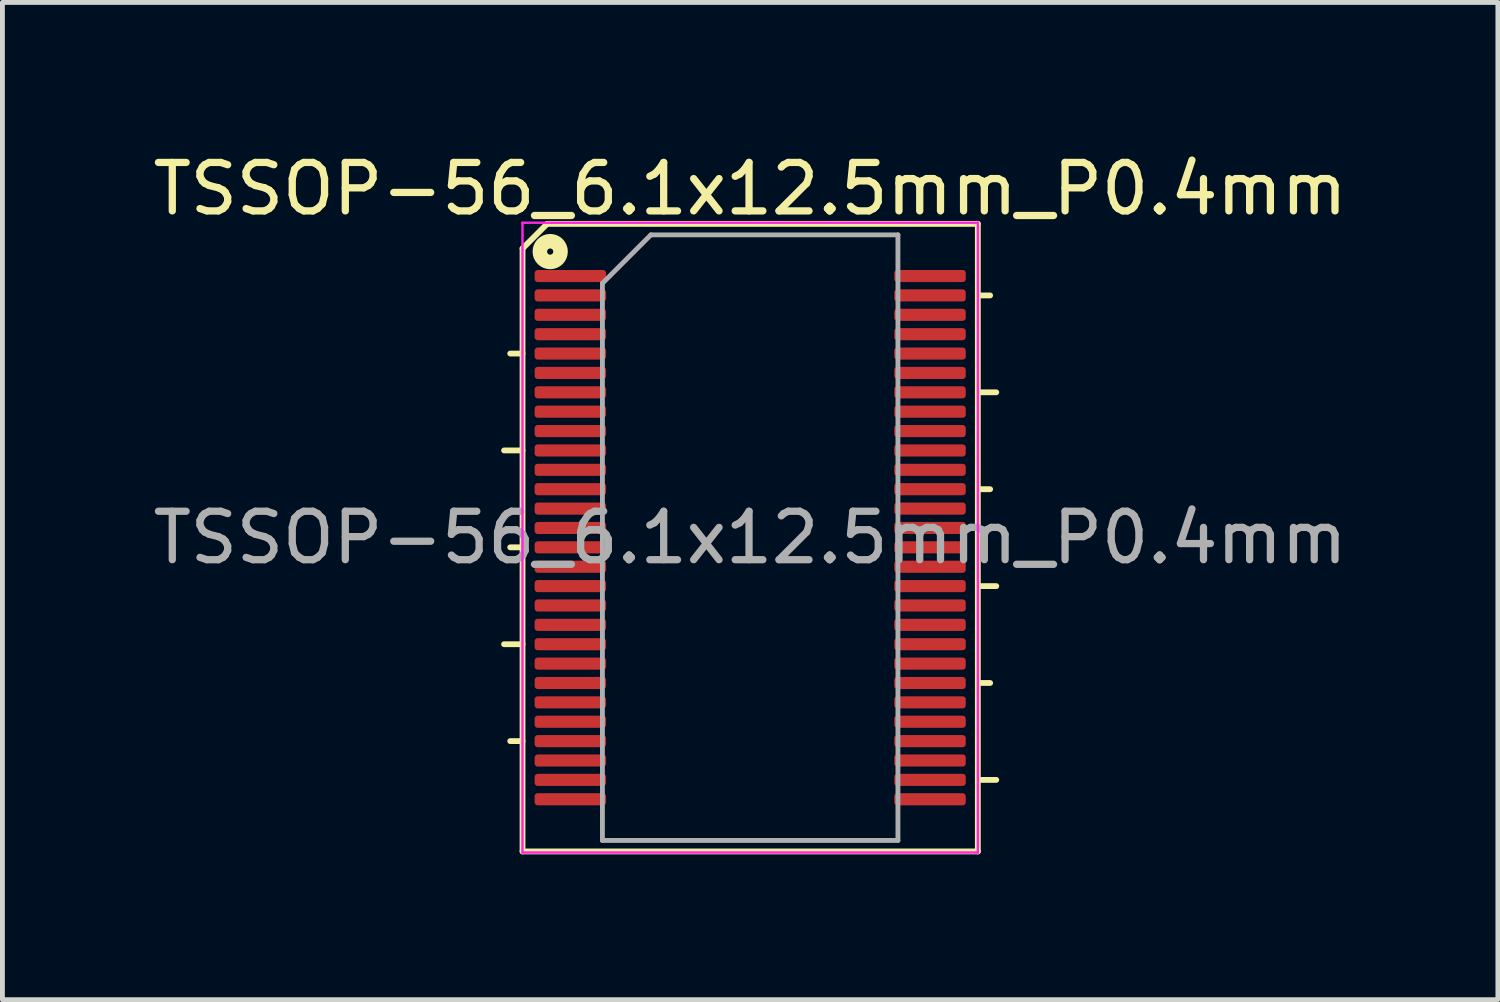
<source format=kicad_pcb>
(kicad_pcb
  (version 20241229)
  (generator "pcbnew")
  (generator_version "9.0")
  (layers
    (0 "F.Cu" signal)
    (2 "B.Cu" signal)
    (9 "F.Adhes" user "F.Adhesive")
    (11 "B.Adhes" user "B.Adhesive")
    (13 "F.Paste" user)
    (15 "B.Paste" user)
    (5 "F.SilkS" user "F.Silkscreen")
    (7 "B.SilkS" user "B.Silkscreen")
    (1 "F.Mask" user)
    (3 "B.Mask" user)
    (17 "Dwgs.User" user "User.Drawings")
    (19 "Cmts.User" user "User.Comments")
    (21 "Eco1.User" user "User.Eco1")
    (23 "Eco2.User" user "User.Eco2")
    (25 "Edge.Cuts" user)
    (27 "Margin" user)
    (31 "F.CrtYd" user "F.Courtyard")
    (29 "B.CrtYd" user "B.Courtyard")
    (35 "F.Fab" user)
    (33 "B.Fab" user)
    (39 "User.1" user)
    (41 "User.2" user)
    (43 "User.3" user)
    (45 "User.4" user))
  (footprint "TSSOP-56_6.1x12.5mm_P0.4mm"
    (layer "F.Cu")
    (at 12.435 8.048)
    (property "Reference" "TSSOP-56_6.1x12.5mm_P0.4mm" (at 0 -7.2 0) (layer "F.SilkS") (effects (font (size 1 1) (thickness 0.15))))
    (attr smd)
    (fp_line (start -4.699 -5.969) (end -4.699 6.477) (stroke (width 0.12) (type solid)) (layer "F.SilkS"))
    (fp_line (start -4.699 -5.969) (end -4.191 -6.477) (stroke (width 0.12) (type solid)) (layer "F.SilkS"))
    (fp_line (start -4.699 -3.8) (end -4.953 -3.8) (stroke (width 0.12) (type solid)) (layer "F.SilkS"))
    (fp_line (start -4.699 -1.8) (end -5.08 -1.8) (stroke (width 0.12) (type solid)) (layer "F.SilkS"))
    (fp_line (start -4.699 0.2) (end -4.953 0.2) (stroke (width 0.12) (type solid)) (layer "F.SilkS"))
    (fp_line (start -4.699 2.2) (end -5.08 2.2) (stroke (width 0.12) (type solid)) (layer "F.SilkS"))
    (fp_line (start -4.699 4.2) (end -4.953 4.2) (stroke (width 0.12) (type solid)) (layer "F.SilkS"))
    (fp_line (start -4.699 6.477) (end 4.699 6.477) (stroke (width 0.12) (type solid)) (layer "F.SilkS"))
    (fp_line (start 4.699 -6.477) (end -4.191 -6.477) (stroke (width 0.12) (type solid)) (layer "F.SilkS"))
    (fp_line (start 4.699 -5) (end 4.953 -5) (stroke (width 0.12) (type solid)) (layer "F.SilkS"))
    (fp_line (start 4.699 -3) (end 5.08 -3) (stroke (width 0.12) (type solid)) (layer "F.SilkS"))
    (fp_line (start 4.699 -1) (end 4.953 -1) (stroke (width 0.12) (type solid)) (layer "F.SilkS"))
    (fp_line (start 4.699 1) (end 5.08 1) (stroke (width 0.12) (type solid)) (layer "F.SilkS"))
    (fp_line (start 4.699 3) (end 4.953 3) (stroke (width 0.12) (type solid)) (layer "F.SilkS"))
    (fp_line (start 4.699 5) (end 5.08 5) (stroke (width 0.12) (type solid)) (layer "F.SilkS"))
    (fp_line (start 4.699 6.477) (end 4.699 -6.477) (stroke (width 0.12) (type solid)) (layer "F.SilkS"))
    (fp_circle (center -4.128 -5.905) (end -4.064 -5.905) (stroke (width 0.3) (type solid)) (fill no) (layer "F.SilkS"))
    (fp_line (start -4.7 -6.5) (end -4.7 6.5) (stroke (width 0.05) (type solid)) (layer "F.CrtYd"))
    (fp_line (start -4.7 6.5) (end 4.7 6.5) (stroke (width 0.05) (type solid)) (layer "F.CrtYd"))
    (fp_line (start 4.7 -6.5) (end -4.7 -6.5) (stroke (width 0.05) (type solid)) (layer "F.CrtYd"))
    (fp_line (start 4.7 6.5) (end 4.7 -6.5) (stroke (width 0.05) (type solid)) (layer "F.CrtYd"))
    (fp_line (start -3.05 -5.25) (end -2.05 -6.25) (stroke (width 0.1) (type solid)) (layer "F.Fab"))
    (fp_line (start -3.05 6.25) (end -3.05 -5.25) (stroke (width 0.1) (type solid)) (layer "F.Fab"))
    (fp_line (start -2.05 -6.25) (end 3.05 -6.25) (stroke (width 0.1) (type solid)) (layer "F.Fab"))
    (fp_line (start 3.05 -6.25) (end 3.05 6.25) (stroke (width 0.1) (type solid)) (layer "F.Fab"))
    (fp_line (start 3.05 6.25) (end -3.05 6.25) (stroke (width 0.1) (type solid)) (layer "F.Fab"))
    (fp_text user "${REFERENCE}" (at 0 0 0) (layer "F.Fab") (effects (font (size 1 1) (thickness 0.15))))
    (pad "1" smd roundrect (at -3.712 -5.4) (size 1.475 0.25) (layers "F.Cu" "F.Mask" "F.Paste") (roundrect_rratio 0.25))
    (pad "2" smd roundrect (at -3.712 -5) (size 1.475 0.25) (layers "F.Cu" "F.Mask" "F.Paste") (roundrect_rratio 0.25))
    (pad "3" smd roundrect (at -3.712 -4.6) (size 1.475 0.25) (layers "F.Cu" "F.Mask" "F.Paste") (roundrect_rratio 0.25))
    (pad "4" smd roundrect (at -3.712 -4.2) (size 1.475 0.25) (layers "F.Cu" "F.Mask" "F.Paste") (roundrect_rratio 0.25))
    (pad "5" smd roundrect (at -3.712 -3.8) (size 1.475 0.25) (layers "F.Cu" "F.Mask" "F.Paste") (roundrect_rratio 0.25))
    (pad "6" smd roundrect (at -3.712 -3.4) (size 1.475 0.25) (layers "F.Cu" "F.Mask" "F.Paste") (roundrect_rratio 0.25))
    (pad "7" smd roundrect (at -3.712 -3) (size 1.475 0.25) (layers "F.Cu" "F.Mask" "F.Paste") (roundrect_rratio 0.25))
    (pad "8" smd roundrect (at -3.712 -2.6) (size 1.475 0.25) (layers "F.Cu" "F.Mask" "F.Paste") (roundrect_rratio 0.25))
    (pad "9" smd roundrect (at -3.712 -2.2) (size 1.475 0.25) (layers "F.Cu" "F.Mask" "F.Paste") (roundrect_rratio 0.25))
    (pad "10" smd roundrect (at -3.712 -1.8) (size 1.475 0.25) (layers "F.Cu" "F.Mask" "F.Paste") (roundrect_rratio 0.25))
    (pad "11" smd roundrect (at -3.712 -1.4) (size 1.475 0.25) (layers "F.Cu" "F.Mask" "F.Paste") (roundrect_rratio 0.25))
    (pad "12" smd roundrect (at -3.712 -1) (size 1.475 0.25) (layers "F.Cu" "F.Mask" "F.Paste") (roundrect_rratio 0.25))
    (pad "13" smd roundrect (at -3.712 -0.6) (size 1.475 0.25) (layers "F.Cu" "F.Mask" "F.Paste") (roundrect_rratio 0.25))
    (pad "14" smd roundrect (at -3.712 -0.2) (size 1.475 0.25) (layers "F.Cu" "F.Mask" "F.Paste") (roundrect_rratio 0.25))
    (pad "15" smd roundrect (at -3.712 0.2) (size 1.475 0.25) (layers "F.Cu" "F.Mask" "F.Paste") (roundrect_rratio 0.25))
    (pad "16" smd roundrect (at -3.712 0.6) (size 1.475 0.25) (layers "F.Cu" "F.Mask" "F.Paste") (roundrect_rratio 0.25))
    (pad "17" smd roundrect (at -3.712 1) (size 1.475 0.25) (layers "F.Cu" "F.Mask" "F.Paste") (roundrect_rratio 0.25))
    (pad "18" smd roundrect (at -3.712 1.4) (size 1.475 0.25) (layers "F.Cu" "F.Mask" "F.Paste") (roundrect_rratio 0.25))
    (pad "19" smd roundrect (at -3.712 1.8) (size 1.475 0.25) (layers "F.Cu" "F.Mask" "F.Paste") (roundrect_rratio 0.25))
    (pad "20" smd roundrect (at -3.712 2.2) (size 1.475 0.25) (layers "F.Cu" "F.Mask" "F.Paste") (roundrect_rratio 0.25))
    (pad "21" smd roundrect (at -3.712 2.6) (size 1.475 0.25) (layers "F.Cu" "F.Mask" "F.Paste") (roundrect_rratio 0.25))
    (pad "22" smd roundrect (at -3.712 3) (size 1.475 0.25) (layers "F.Cu" "F.Mask" "F.Paste") (roundrect_rratio 0.25))
    (pad "23" smd roundrect (at -3.712 3.4) (size 1.475 0.25) (layers "F.Cu" "F.Mask" "F.Paste") (roundrect_rratio 0.25))
    (pad "24" smd roundrect (at -3.712 3.8) (size 1.475 0.25) (layers "F.Cu" "F.Mask" "F.Paste") (roundrect_rratio 0.25))
    (pad "25" smd roundrect (at -3.712 4.2) (size 1.475 0.25) (layers "F.Cu" "F.Mask" "F.Paste") (roundrect_rratio 0.25))
    (pad "26" smd roundrect (at -3.712 4.6) (size 1.475 0.25) (layers "F.Cu" "F.Mask" "F.Paste") (roundrect_rratio 0.25))
    (pad "27" smd roundrect (at -3.712 5) (size 1.475 0.25) (layers "F.Cu" "F.Mask" "F.Paste") (roundrect_rratio 0.25))
    (pad "28" smd roundrect (at -3.712 5.4) (size 1.475 0.25) (layers "F.Cu" "F.Mask" "F.Paste") (roundrect_rratio 0.25))
    (pad "29" smd roundrect (at 3.712 5.4) (size 1.475 0.25) (layers "F.Cu" "F.Mask" "F.Paste") (roundrect_rratio 0.25))
    (pad "30" smd roundrect (at 3.712 5) (size 1.475 0.25) (layers "F.Cu" "F.Mask" "F.Paste") (roundrect_rratio 0.25))
    (pad "31" smd roundrect (at 3.712 4.6) (size 1.475 0.25) (layers "F.Cu" "F.Mask" "F.Paste") (roundrect_rratio 0.25))
    (pad "32" smd roundrect (at 3.712 4.2) (size 1.475 0.25) (layers "F.Cu" "F.Mask" "F.Paste") (roundrect_rratio 0.25))
    (pad "33" smd roundrect (at 3.712 3.8) (size 1.475 0.25) (layers "F.Cu" "F.Mask" "F.Paste") (roundrect_rratio 0.25))
    (pad "34" smd roundrect (at 3.712 3.4) (size 1.475 0.25) (layers "F.Cu" "F.Mask" "F.Paste") (roundrect_rratio 0.25))
    (pad "35" smd roundrect (at 3.712 3) (size 1.475 0.25) (layers "F.Cu" "F.Mask" "F.Paste") (roundrect_rratio 0.25))
    (pad "36" smd roundrect (at 3.712 2.6) (size 1.475 0.25) (layers "F.Cu" "F.Mask" "F.Paste") (roundrect_rratio 0.25))
    (pad "37" smd roundrect (at 3.712 2.2) (size 1.475 0.25) (layers "F.Cu" "F.Mask" "F.Paste") (roundrect_rratio 0.25))
    (pad "38" smd roundrect (at 3.712 1.8) (size 1.475 0.25) (layers "F.Cu" "F.Mask" "F.Paste") (roundrect_rratio 0.25))
    (pad "39" smd roundrect (at 3.712 1.4) (size 1.475 0.25) (layers "F.Cu" "F.Mask" "F.Paste") (roundrect_rratio 0.25))
    (pad "40" smd roundrect (at 3.712 1) (size 1.475 0.25) (layers "F.Cu" "F.Mask" "F.Paste") (roundrect_rratio 0.25))
    (pad "41" smd roundrect (at 3.712 0.6) (size 1.475 0.25) (layers "F.Cu" "F.Mask" "F.Paste") (roundrect_rratio 0.25))
    (pad "42" smd roundrect (at 3.712 0.2) (size 1.475 0.25) (layers "F.Cu" "F.Mask" "F.Paste") (roundrect_rratio 0.25))
    (pad "43" smd roundrect (at 3.712 -0.2) (size 1.475 0.25) (layers "F.Cu" "F.Mask" "F.Paste") (roundrect_rratio 0.25))
    (pad "44" smd roundrect (at 3.712 -0.6) (size 1.475 0.25) (layers "F.Cu" "F.Mask" "F.Paste") (roundrect_rratio 0.25))
    (pad "45" smd roundrect (at 3.712 -1) (size 1.475 0.25) (layers "F.Cu" "F.Mask" "F.Paste") (roundrect_rratio 0.25))
    (pad "46" smd roundrect (at 3.712 -1.4) (size 1.475 0.25) (layers "F.Cu" "F.Mask" "F.Paste") (roundrect_rratio 0.25))
    (pad "47" smd roundrect (at 3.712 -1.8) (size 1.475 0.25) (layers "F.Cu" "F.Mask" "F.Paste") (roundrect_rratio 0.25))
    (pad "48" smd roundrect (at 3.712 -2.2) (size 1.475 0.25) (layers "F.Cu" "F.Mask" "F.Paste") (roundrect_rratio 0.25))
    (pad "49" smd roundrect (at 3.712 -2.6) (size 1.475 0.25) (layers "F.Cu" "F.Mask" "F.Paste") (roundrect_rratio 0.25))
    (pad "50" smd roundrect (at 3.712 -3) (size 1.475 0.25) (layers "F.Cu" "F.Mask" "F.Paste") (roundrect_rratio 0.25))
    (pad "51" smd roundrect (at 3.712 -3.4) (size 1.475 0.25) (layers "F.Cu" "F.Mask" "F.Paste") (roundrect_rratio 0.25))
    (pad "52" smd roundrect (at 3.712 -3.8) (size 1.475 0.25) (layers "F.Cu" "F.Mask" "F.Paste") (roundrect_rratio 0.25))
    (pad "53" smd roundrect (at 3.712 -4.2) (size 1.475 0.25) (layers "F.Cu" "F.Mask" "F.Paste") (roundrect_rratio 0.25))
    (pad "54" smd roundrect (at 3.712 -4.6) (size 1.475 0.25) (layers "F.Cu" "F.Mask" "F.Paste") (roundrect_rratio 0.25))
    (pad "55" smd roundrect (at 3.712 -5) (size 1.475 0.25) (layers "F.Cu" "F.Mask" "F.Paste") (roundrect_rratio 0.25))
    (pad "56" smd roundrect (at 3.712 -5.4) (size 1.475 0.25) (layers "F.Cu" "F.Mask" "F.Paste") (roundrect_rratio 0.25)))
  (gr_rect
    (start -3 -3)
    (end 27.869 17.585)
    (stroke (width 0.1) (type default))
    (fill no)
    (layer "Edge.Cuts")))
</source>
